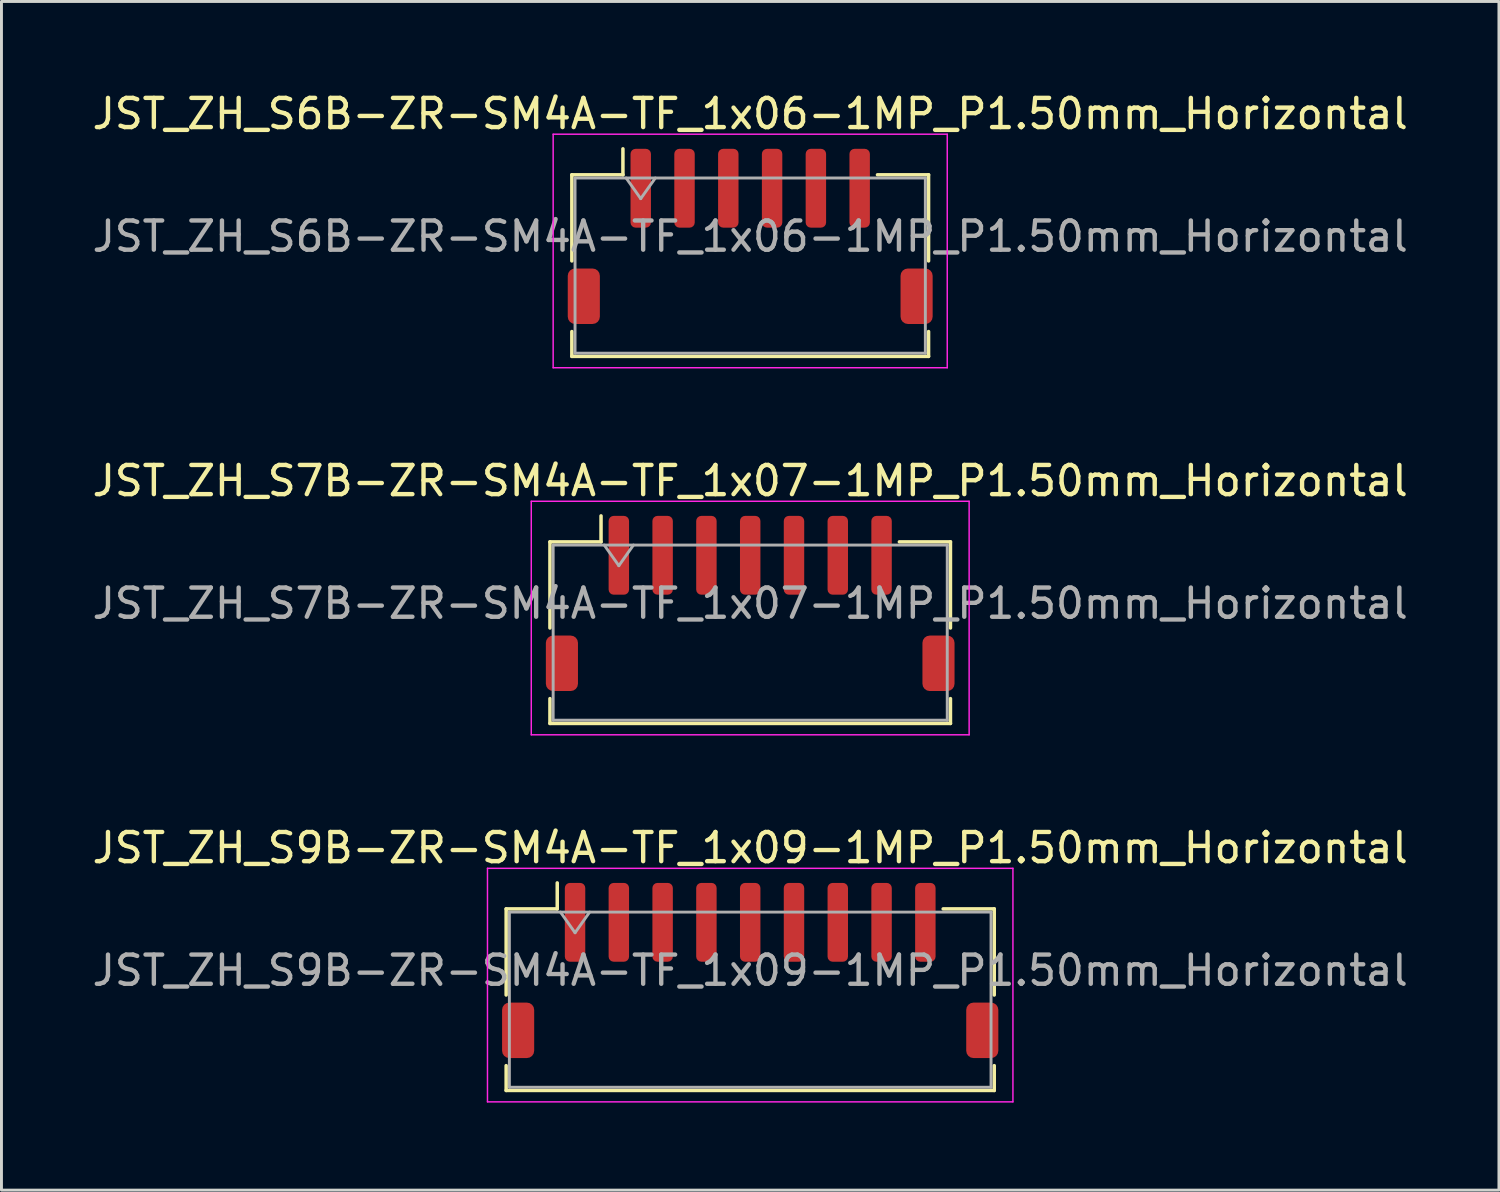
<source format=kicad_pcb>
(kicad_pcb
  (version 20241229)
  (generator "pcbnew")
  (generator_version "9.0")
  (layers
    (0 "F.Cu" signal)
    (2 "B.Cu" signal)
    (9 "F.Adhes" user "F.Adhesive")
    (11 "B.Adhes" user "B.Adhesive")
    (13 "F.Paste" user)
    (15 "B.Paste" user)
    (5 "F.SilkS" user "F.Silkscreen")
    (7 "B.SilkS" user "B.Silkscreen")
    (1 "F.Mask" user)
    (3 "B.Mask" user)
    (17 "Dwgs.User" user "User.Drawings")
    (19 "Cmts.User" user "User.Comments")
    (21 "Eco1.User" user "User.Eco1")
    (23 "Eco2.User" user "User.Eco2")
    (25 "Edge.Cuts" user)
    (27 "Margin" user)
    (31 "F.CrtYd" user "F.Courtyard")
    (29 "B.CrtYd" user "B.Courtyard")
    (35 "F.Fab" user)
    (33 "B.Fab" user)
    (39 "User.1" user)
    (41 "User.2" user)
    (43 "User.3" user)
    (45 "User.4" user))
  (footprint "JST_ZH_S6B-ZR-SM4A-TF_1x06-1MP_P1.50mm_Horizontal"
    (layer "F.Cu")
    (at 22.649 5.048)
    (property "Reference" "JST_ZH_S6B-ZR-SM4A-TF_1x06-1MP_P1.50mm_Horizontal" (at 0 -4.2 0) (layer "F.SilkS") (effects (font (size 1 1) (thickness 0.15))))
    (attr smd)
    (fp_line (start -6.11 -2.11) (end -4.36 -2.11) (stroke (width 0.12) (type solid)) (layer "F.SilkS"))
    (fp_line (start -6.11 0.84) (end -6.11 -2.11) (stroke (width 0.12) (type solid)) (layer "F.SilkS"))
    (fp_line (start -6.11 3.26) (end -6.11 4.11) (stroke (width 0.12) (type solid)) (layer "F.SilkS"))
    (fp_line (start -6.11 4.11) (end 6.11 4.11) (stroke (width 0.12) (type solid)) (layer "F.SilkS"))
    (fp_line (start -4.36 -2.11) (end -4.36 -3) (stroke (width 0.12) (type solid)) (layer "F.SilkS"))
    (fp_line (start 6.11 -2.11) (end 4.36 -2.11) (stroke (width 0.12) (type solid)) (layer "F.SilkS"))
    (fp_line (start 6.11 0.84) (end 6.11 -2.11) (stroke (width 0.12) (type solid)) (layer "F.SilkS"))
    (fp_line (start 6.11 4.11) (end 6.11 3.26) (stroke (width 0.12) (type solid)) (layer "F.SilkS"))
    (fp_line (start -6.75 -3.5) (end -6.75 4.5) (stroke (width 0.05) (type solid)) (layer "F.CrtYd"))
    (fp_line (start -6.75 4.5) (end 6.75 4.5) (stroke (width 0.05) (type solid)) (layer "F.CrtYd"))
    (fp_line (start 6.75 -3.5) (end -6.75 -3.5) (stroke (width 0.05) (type solid)) (layer "F.CrtYd"))
    (fp_line (start 6.75 4.5) (end 6.75 -3.5) (stroke (width 0.05) (type solid)) (layer "F.CrtYd"))
    (fp_line (start -6 -2) (end -6 4) (stroke (width 0.1) (type solid)) (layer "F.Fab"))
    (fp_line (start -6 -2) (end 6 -2) (stroke (width 0.1) (type solid)) (layer "F.Fab"))
    (fp_line (start -6 4) (end 6 4) (stroke (width 0.1) (type solid)) (layer "F.Fab"))
    (fp_line (start -4.25 -2) (end -3.75 -1.293) (stroke (width 0.1) (type solid)) (layer "F.Fab"))
    (fp_line (start -3.75 -1.293) (end -3.25 -2) (stroke (width 0.1) (type solid)) (layer "F.Fab"))
    (fp_line (start 6 -2) (end 6 4) (stroke (width 0.1) (type solid)) (layer "F.Fab"))
    (fp_text user "${REFERENCE}" (at 0 0 0) (layer "F.Fab") (effects (font (size 1 1) (thickness 0.15))))
    (pad "1" smd roundrect (at -3.75 -1.65) (size 0.7 2.7) (layers "F.Cu" "F.Mask" "F.Paste") (roundrect_rratio 0.25))
    (pad "2" smd roundrect (at -2.25 -1.65) (size 0.7 2.7) (layers "F.Cu" "F.Mask" "F.Paste") (roundrect_rratio 0.25))
    (pad "3" smd roundrect (at -0.75 -1.65) (size 0.7 2.7) (layers "F.Cu" "F.Mask" "F.Paste") (roundrect_rratio 0.25))
    (pad "4" smd roundrect (at 0.75 -1.65) (size 0.7 2.7) (layers "F.Cu" "F.Mask" "F.Paste") (roundrect_rratio 0.25))
    (pad "5" smd roundrect (at 2.25 -1.65) (size 0.7 2.7) (layers "F.Cu" "F.Mask" "F.Paste") (roundrect_rratio 0.25))
    (pad "6" smd roundrect (at 3.75 -1.65) (size 0.7 2.7) (layers "F.Cu" "F.Mask" "F.Paste") (roundrect_rratio 0.25))
    (pad "MP" smd roundrect (at -5.7 2.05) (size 1.1 1.9) (layers "F.Cu" "F.Mask" "F.Paste") (roundrect_rratio 0.227))
    (pad "MP" smd roundrect (at 5.7 2.05) (size 1.1 1.9) (layers "F.Cu" "F.Mask" "F.Paste") (roundrect_rratio 0.227)))
  (footprint "JST_ZH_S7B-ZR-SM4A-TF_1x07-1MP_P1.50mm_Horizontal"
    (layer "F.Cu")
    (at 22.649 17.622)
    (property "Reference" "JST_ZH_S7B-ZR-SM4A-TF_1x07-1MP_P1.50mm_Horizontal" (at 0 -4.2 0) (layer "F.SilkS") (effects (font (size 1 1) (thickness 0.15))))
    (attr smd)
    (fp_line (start -6.86 -2.11) (end -5.11 -2.11) (stroke (width 0.12) (type solid)) (layer "F.SilkS"))
    (fp_line (start -6.86 0.84) (end -6.86 -2.11) (stroke (width 0.12) (type solid)) (layer "F.SilkS"))
    (fp_line (start -6.86 3.26) (end -6.86 4.11) (stroke (width 0.12) (type solid)) (layer "F.SilkS"))
    (fp_line (start -6.86 4.11) (end 6.86 4.11) (stroke (width 0.12) (type solid)) (layer "F.SilkS"))
    (fp_line (start -5.11 -2.11) (end -5.11 -3) (stroke (width 0.12) (type solid)) (layer "F.SilkS"))
    (fp_line (start 6.86 -2.11) (end 5.11 -2.11) (stroke (width 0.12) (type solid)) (layer "F.SilkS"))
    (fp_line (start 6.86 0.84) (end 6.86 -2.11) (stroke (width 0.12) (type solid)) (layer "F.SilkS"))
    (fp_line (start 6.86 4.11) (end 6.86 3.26) (stroke (width 0.12) (type solid)) (layer "F.SilkS"))
    (fp_line (start -7.5 -3.5) (end -7.5 4.5) (stroke (width 0.05) (type solid)) (layer "F.CrtYd"))
    (fp_line (start -7.5 4.5) (end 7.5 4.5) (stroke (width 0.05) (type solid)) (layer "F.CrtYd"))
    (fp_line (start 7.5 -3.5) (end -7.5 -3.5) (stroke (width 0.05) (type solid)) (layer "F.CrtYd"))
    (fp_line (start 7.5 4.5) (end 7.5 -3.5) (stroke (width 0.05) (type solid)) (layer "F.CrtYd"))
    (fp_line (start -6.75 -2) (end -6.75 4) (stroke (width 0.1) (type solid)) (layer "F.Fab"))
    (fp_line (start -6.75 -2) (end 6.75 -2) (stroke (width 0.1) (type solid)) (layer "F.Fab"))
    (fp_line (start -6.75 4) (end 6.75 4) (stroke (width 0.1) (type solid)) (layer "F.Fab"))
    (fp_line (start -5 -2) (end -4.5 -1.293) (stroke (width 0.1) (type solid)) (layer "F.Fab"))
    (fp_line (start -4.5 -1.293) (end -4 -2) (stroke (width 0.1) (type solid)) (layer "F.Fab"))
    (fp_line (start 6.75 -2) (end 6.75 4) (stroke (width 0.1) (type solid)) (layer "F.Fab"))
    (fp_text user "${REFERENCE}" (at 0 0 0) (layer "F.Fab") (effects (font (size 1 1) (thickness 0.15))))
    (pad "1" smd roundrect (at -4.5 -1.65) (size 0.7 2.7) (layers "F.Cu" "F.Mask" "F.Paste") (roundrect_rratio 0.25))
    (pad "2" smd roundrect (at -3 -1.65) (size 0.7 2.7) (layers "F.Cu" "F.Mask" "F.Paste") (roundrect_rratio 0.25))
    (pad "3" smd roundrect (at -1.5 -1.65) (size 0.7 2.7) (layers "F.Cu" "F.Mask" "F.Paste") (roundrect_rratio 0.25))
    (pad "4" smd roundrect (at 0 -1.65) (size 0.7 2.7) (layers "F.Cu" "F.Mask" "F.Paste") (roundrect_rratio 0.25))
    (pad "5" smd roundrect (at 1.5 -1.65) (size 0.7 2.7) (layers "F.Cu" "F.Mask" "F.Paste") (roundrect_rratio 0.25))
    (pad "6" smd roundrect (at 3 -1.65) (size 0.7 2.7) (layers "F.Cu" "F.Mask" "F.Paste") (roundrect_rratio 0.25))
    (pad "7" smd roundrect (at 4.5 -1.65) (size 0.7 2.7) (layers "F.Cu" "F.Mask" "F.Paste") (roundrect_rratio 0.25))
    (pad "MP" smd roundrect (at -6.45 2.05) (size 1.1 1.9) (layers "F.Cu" "F.Mask" "F.Paste") (roundrect_rratio 0.227))
    (pad "MP" smd roundrect (at 6.45 2.05) (size 1.1 1.9) (layers "F.Cu" "F.Mask" "F.Paste") (roundrect_rratio 0.227)))
  (footprint "JST_ZH_S9B-ZR-SM4A-TF_1x09-1MP_P1.50mm_Horizontal"
    (layer "F.Cu")
    (at 22.649 30.195)
    (property "Reference" "JST_ZH_S9B-ZR-SM4A-TF_1x09-1MP_P1.50mm_Horizontal" (at 0 -4.2 0) (layer "F.SilkS") (effects (font (size 1 1) (thickness 0.15))))
    (attr smd)
    (fp_line (start -8.36 -2.11) (end -6.61 -2.11) (stroke (width 0.12) (type solid)) (layer "F.SilkS"))
    (fp_line (start -8.36 0.84) (end -8.36 -2.11) (stroke (width 0.12) (type solid)) (layer "F.SilkS"))
    (fp_line (start -8.36 3.26) (end -8.36 4.11) (stroke (width 0.12) (type solid)) (layer "F.SilkS"))
    (fp_line (start -8.36 4.11) (end 8.36 4.11) (stroke (width 0.12) (type solid)) (layer "F.SilkS"))
    (fp_line (start -6.61 -2.11) (end -6.61 -3) (stroke (width 0.12) (type solid)) (layer "F.SilkS"))
    (fp_line (start 8.36 -2.11) (end 6.61 -2.11) (stroke (width 0.12) (type solid)) (layer "F.SilkS"))
    (fp_line (start 8.36 0.84) (end 8.36 -2.11) (stroke (width 0.12) (type solid)) (layer "F.SilkS"))
    (fp_line (start 8.36 4.11) (end 8.36 3.26) (stroke (width 0.12) (type solid)) (layer "F.SilkS"))
    (fp_line (start -9 -3.5) (end -9 4.5) (stroke (width 0.05) (type solid)) (layer "F.CrtYd"))
    (fp_line (start -9 4.5) (end 9 4.5) (stroke (width 0.05) (type solid)) (layer "F.CrtYd"))
    (fp_line (start 9 -3.5) (end -9 -3.5) (stroke (width 0.05) (type solid)) (layer "F.CrtYd"))
    (fp_line (start 9 4.5) (end 9 -3.5) (stroke (width 0.05) (type solid)) (layer "F.CrtYd"))
    (fp_line (start -8.25 -2) (end -8.25 4) (stroke (width 0.1) (type solid)) (layer "F.Fab"))
    (fp_line (start -8.25 -2) (end 8.25 -2) (stroke (width 0.1) (type solid)) (layer "F.Fab"))
    (fp_line (start -8.25 4) (end 8.25 4) (stroke (width 0.1) (type solid)) (layer "F.Fab"))
    (fp_line (start -6.5 -2) (end -6 -1.293) (stroke (width 0.1) (type solid)) (layer "F.Fab"))
    (fp_line (start -6 -1.293) (end -5.5 -2) (stroke (width 0.1) (type solid)) (layer "F.Fab"))
    (fp_line (start 8.25 -2) (end 8.25 4) (stroke (width 0.1) (type solid)) (layer "F.Fab"))
    (fp_text user "${REFERENCE}" (at 0 0 0) (layer "F.Fab") (effects (font (size 1 1) (thickness 0.15))))
    (pad "1" smd roundrect (at -6 -1.65) (size 0.7 2.7) (layers "F.Cu" "F.Mask" "F.Paste") (roundrect_rratio 0.25))
    (pad "2" smd roundrect (at -4.5 -1.65) (size 0.7 2.7) (layers "F.Cu" "F.Mask" "F.Paste") (roundrect_rratio 0.25))
    (pad "3" smd roundrect (at -3 -1.65) (size 0.7 2.7) (layers "F.Cu" "F.Mask" "F.Paste") (roundrect_rratio 0.25))
    (pad "4" smd roundrect (at -1.5 -1.65) (size 0.7 2.7) (layers "F.Cu" "F.Mask" "F.Paste") (roundrect_rratio 0.25))
    (pad "5" smd roundrect (at 0 -1.65) (size 0.7 2.7) (layers "F.Cu" "F.Mask" "F.Paste") (roundrect_rratio 0.25))
    (pad "6" smd roundrect (at 1.5 -1.65) (size 0.7 2.7) (layers "F.Cu" "F.Mask" "F.Paste") (roundrect_rratio 0.25))
    (pad "7" smd roundrect (at 3 -1.65) (size 0.7 2.7) (layers "F.Cu" "F.Mask" "F.Paste") (roundrect_rratio 0.25))
    (pad "8" smd roundrect (at 4.5 -1.65) (size 0.7 2.7) (layers "F.Cu" "F.Mask" "F.Paste") (roundrect_rratio 0.25))
    (pad "9" smd roundrect (at 6 -1.65) (size 0.7 2.7) (layers "F.Cu" "F.Mask" "F.Paste") (roundrect_rratio 0.25))
    (pad "MP" smd roundrect (at -7.95 2.05) (size 1.1 1.9) (layers "F.Cu" "F.Mask" "F.Paste") (roundrect_rratio 0.227))
    (pad "MP" smd roundrect (at 7.95 2.05) (size 1.1 1.9) (layers "F.Cu" "F.Mask" "F.Paste") (roundrect_rratio 0.227)))
  (gr_rect
    (start -3 -3)
    (end 48.298 37.72)
    (stroke (width 0.1) (type default))
    (fill no)
    (layer "Edge.Cuts")))
</source>
